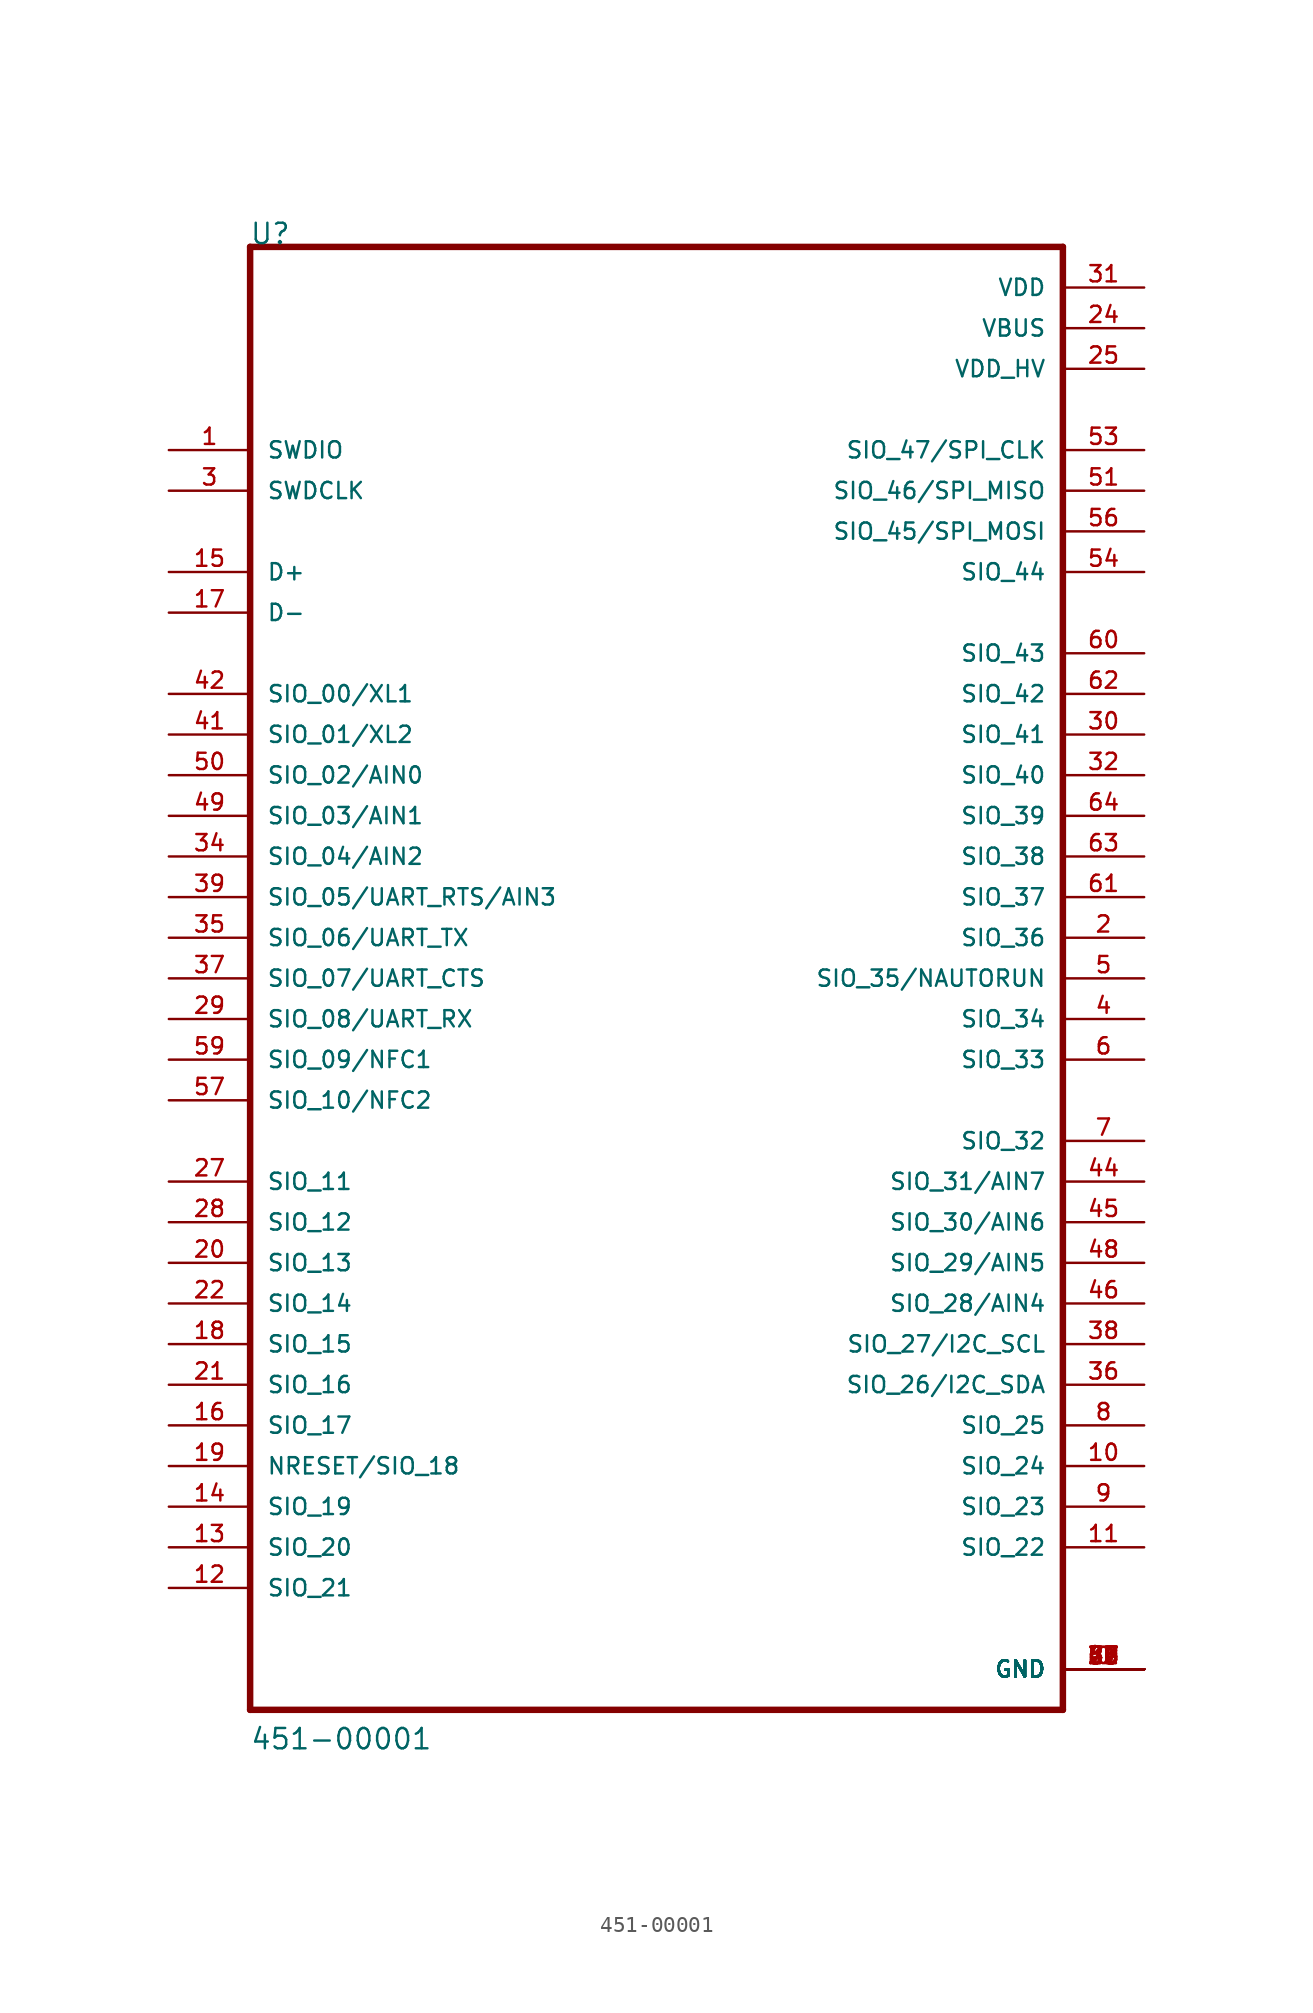
<source format=kicad_sym>
(kicad_symbol_lib
  (version 20220914)
  (generator kicad_symbol_editor)
  (symbol "451-00001"
    (pin_names
      (offset 1.016))
    (property "Reference" "U"
      (at -25.451 45.796 0)
      (effects (font (size 1.27 1.27)) (justify left bottom)))
    (property "Value" "451-00001"
      (at -25.425 -48.285 0)
      (effects (font (size 1.27 1.27)) (justify left bottom)))
    (property "ki_locked" ""
      (at 0 0 0)
      (effects (font (size 1.27 1.27))))
    (symbol "451-00001_0_0"
      (polyline (pts (xy -25.4 -45.72) (xy -25.4 45.72)) (stroke (width 0.406) (type solid)) (fill (type none)))
      (polyline (pts (xy -25.4 45.72) (xy 25.4 45.72)) (stroke (width 0.406) (type solid)) (fill (type none)))
      (polyline (pts (xy 25.4 -45.72) (xy -25.4 -45.72)) (stroke (width 0.406) (type solid)) (fill (type none)))
      (polyline (pts (xy 25.4 45.72) (xy 25.4 -45.72)) (stroke (width 0.406) (type solid)) (fill (type none)))
      (pin power_in line (at 30.48 -43.18 180) (length 5.08) (name "GND" (effects (font (size 1.016 1.016)))) (number "0" (effects (font (size 1.016 1.016)))))
      (pin input line (at -30.48 33.02 0) (length 5.08) (name "SWDIO" (effects (font (size 1.016 1.016)))) (number "1" (effects (font (size 1.016 1.016)))))
      (pin bidirectional line (at 30.48 -30.48 180) (length 5.08) (name "SIO_24" (effects (font (size 1.016 1.016)))) (number "10" (effects (font (size 1.016 1.016)))))
      (pin bidirectional line (at 30.48 -35.56 180) (length 5.08) (name "SIO_22" (effects (font (size 1.016 1.016)))) (number "11" (effects (font (size 1.016 1.016)))))
      (pin bidirectional line (at -30.48 -38.1 0) (length 5.08) (name "SIO_21" (effects (font (size 1.016 1.016)))) (number "12" (effects (font (size 1.016 1.016)))))
      (pin bidirectional line (at -30.48 -35.56 0) (length 5.08) (name "SIO_20" (effects (font (size 1.016 1.016)))) (number "13" (effects (font (size 1.016 1.016)))))
      (pin bidirectional line (at -30.48 -33.02 0) (length 5.08) (name "SIO_19" (effects (font (size 1.016 1.016)))) (number "14" (effects (font (size 1.016 1.016)))))
      (pin bidirectional line (at -30.48 25.4 0) (length 5.08) (name "D+" (effects (font (size 1.016 1.016)))) (number "15" (effects (font (size 1.016 1.016)))))
      (pin bidirectional line (at -30.48 -27.94 0) (length 5.08) (name "SIO_17" (effects (font (size 1.016 1.016)))) (number "16" (effects (font (size 1.016 1.016)))))
      (pin bidirectional line (at -30.48 22.86 0) (length 5.08) (name "D-" (effects (font (size 1.016 1.016)))) (number "17" (effects (font (size 1.016 1.016)))))
      (pin bidirectional line (at -30.48 -22.86 0) (length 5.08) (name "SIO_15" (effects (font (size 1.016 1.016)))) (number "18" (effects (font (size 1.016 1.016)))))
      (pin bidirectional line (at -30.48 -30.48 0) (length 5.08) (name "NRESET/SIO_18" (effects (font (size 1.016 1.016)))) (number "19" (effects (font (size 1.016 1.016)))))
      (pin bidirectional line (at 30.48 2.54 180) (length 5.08) (name "SIO_36" (effects (font (size 1.016 1.016)))) (number "2" (effects (font (size 1.016 1.016)))))
      (pin bidirectional line (at -30.48 -17.78 0) (length 5.08) (name "SIO_13" (effects (font (size 1.016 1.016)))) (number "20" (effects (font (size 1.016 1.016)))))
      (pin bidirectional line (at -30.48 -25.4 0) (length 5.08) (name "SIO_16" (effects (font (size 1.016 1.016)))) (number "21" (effects (font (size 1.016 1.016)))))
      (pin bidirectional line (at -30.48 -20.32 0) (length 5.08) (name "SIO_14" (effects (font (size 1.016 1.016)))) (number "22" (effects (font (size 1.016 1.016)))))
      (pin power_in line (at 30.48 -43.18 180) (length 5.08) (name "GND" (effects (font (size 1.016 1.016)))) (number "23" (effects (font (size 1.016 1.016)))))
      (pin power_in line (at 30.48 40.64 180) (length 5.08) (name "VBUS" (effects (font (size 1.016 1.016)))) (number "24" (effects (font (size 1.016 1.016)))))
      (pin power_in line (at 30.48 38.1 180) (length 5.08) (name "VDD_HV" (effects (font (size 1.016 1.016)))) (number "25" (effects (font (size 1.016 1.016)))))
      (pin power_in line (at 30.48 -43.18 180) (length 5.08) (name "GND" (effects (font (size 1.016 1.016)))) (number "26" (effects (font (size 1.016 1.016)))))
      (pin bidirectional line (at -30.48 -12.7 0) (length 5.08) (name "SIO_11" (effects (font (size 1.016 1.016)))) (number "27" (effects (font (size 1.016 1.016)))))
      (pin bidirectional line (at -30.48 -15.24 0) (length 5.08) (name "SIO_12" (effects (font (size 1.016 1.016)))) (number "28" (effects (font (size 1.016 1.016)))))
      (pin bidirectional line (at -30.48 -2.54 0) (length 5.08) (name "SIO_08/UART_RX" (effects (font (size 1.016 1.016)))) (number "29" (effects (font (size 1.016 1.016)))))
      (pin bidirectional line (at -30.48 30.48 0) (length 5.08) (name "SWDCLK" (effects (font (size 1.016 1.016)))) (number "3" (effects (font (size 1.016 1.016)))))
      (pin bidirectional line (at 30.48 15.24 180) (length 5.08) (name "SIO_41" (effects (font (size 1.016 1.016)))) (number "30" (effects (font (size 1.016 1.016)))))
      (pin power_in line (at 30.48 43.18 180) (length 5.08) (name "VDD" (effects (font (size 1.016 1.016)))) (number "31" (effects (font (size 1.016 1.016)))))
      (pin bidirectional line (at 30.48 12.7 180) (length 5.08) (name "SIO_40" (effects (font (size 1.016 1.016)))) (number "32" (effects (font (size 1.016 1.016)))))
      (pin power_in line (at 30.48 -43.18 180) (length 5.08) (name "GND" (effects (font (size 1.016 1.016)))) (number "33" (effects (font (size 1.016 1.016)))))
      (pin bidirectional line (at -30.48 7.62 0) (length 5.08) (name "SIO_04/AIN2" (effects (font (size 1.016 1.016)))) (number "34" (effects (font (size 1.016 1.016)))))
      (pin bidirectional line (at -30.48 2.54 0) (length 5.08) (name "SIO_06/UART_TX" (effects (font (size 1.016 1.016)))) (number "35" (effects (font (size 1.016 1.016)))))
      (pin bidirectional line (at 30.48 -25.4 180) (length 5.08) (name "SIO_26/I2C_SDA" (effects (font (size 1.016 1.016)))) (number "36" (effects (font (size 1.016 1.016)))))
      (pin bidirectional line (at -30.48 0 0) (length 5.08) (name "SIO_07/UART_CTS" (effects (font (size 1.016 1.016)))) (number "37" (effects (font (size 1.016 1.016)))))
      (pin bidirectional line (at 30.48 -22.86 180) (length 5.08) (name "SIO_27/I2C_SCL" (effects (font (size 1.016 1.016)))) (number "38" (effects (font (size 1.016 1.016)))))
      (pin bidirectional line (at -30.48 5.08 0) (length 5.08) (name "SIO_05/UART_RTS/AIN3" (effects (font (size 1.016 1.016)))) (number "39" (effects (font (size 1.016 1.016)))))
      (pin bidirectional line (at 30.48 -2.54 180) (length 5.08) (name "SIO_34" (effects (font (size 1.016 1.016)))) (number "4" (effects (font (size 1.016 1.016)))))
      (pin power_in line (at 30.48 -43.18 180) (length 5.08) (name "GND" (effects (font (size 1.016 1.016)))) (number "40" (effects (font (size 1.016 1.016)))))
      (pin bidirectional line (at -30.48 15.24 0) (length 5.08) (name "SIO_01/XL2" (effects (font (size 1.016 1.016)))) (number "41" (effects (font (size 1.016 1.016)))))
      (pin bidirectional line (at -30.48 17.78 0) (length 5.08) (name "SIO_00/XL1" (effects (font (size 1.016 1.016)))) (number "42" (effects (font (size 1.016 1.016)))))
      (pin power_in line (at 30.48 -43.18 180) (length 5.08) (name "GND" (effects (font (size 1.016 1.016)))) (number "43" (effects (font (size 1.016 1.016)))))
      (pin bidirectional line (at 30.48 -12.7 180) (length 5.08) (name "SIO_31/AIN7" (effects (font (size 1.016 1.016)))) (number "44" (effects (font (size 1.016 1.016)))))
      (pin bidirectional line (at 30.48 -15.24 180) (length 5.08) (name "SIO_30/AIN6" (effects (font (size 1.016 1.016)))) (number "45" (effects (font (size 1.016 1.016)))))
      (pin bidirectional line (at 30.48 -20.32 180) (length 5.08) (name "SIO_28/AIN4" (effects (font (size 1.016 1.016)))) (number "46" (effects (font (size 1.016 1.016)))))
      (pin power_in line (at 30.48 -43.18 180) (length 5.08) (name "GND" (effects (font (size 1.016 1.016)))) (number "47" (effects (font (size 1.016 1.016)))))
      (pin bidirectional line (at 30.48 -17.78 180) (length 5.08) (name "SIO_29/AIN5" (effects (font (size 1.016 1.016)))) (number "48" (effects (font (size 1.016 1.016)))))
      (pin bidirectional line (at -30.48 10.16 0) (length 5.08) (name "SIO_03/AIN1" (effects (font (size 1.016 1.016)))) (number "49" (effects (font (size 1.016 1.016)))))
      (pin bidirectional line (at 30.48 0 180) (length 5.08) (name "SIO_35/NAUTORUN" (effects (font (size 1.016 1.016)))) (number "5" (effects (font (size 1.016 1.016)))))
      (pin bidirectional line (at -30.48 12.7 0) (length 5.08) (name "SIO_02/AIN0" (effects (font (size 1.016 1.016)))) (number "50" (effects (font (size 1.016 1.016)))))
      (pin bidirectional line (at 30.48 30.48 180) (length 5.08) (name "SIO_46/SPI_MISO" (effects (font (size 1.016 1.016)))) (number "51" (effects (font (size 1.016 1.016)))))
      (pin power_in line (at 30.48 -43.18 180) (length 5.08) (name "GND" (effects (font (size 1.016 1.016)))) (number "52" (effects (font (size 1.016 1.016)))))
      (pin bidirectional line (at 30.48 33.02 180) (length 5.08) (name "SIO_47/SPI_CLK" (effects (font (size 1.016 1.016)))) (number "53" (effects (font (size 1.016 1.016)))))
      (pin bidirectional line (at 30.48 25.4 180) (length 5.08) (name "SIO_44" (effects (font (size 1.016 1.016)))) (number "54" (effects (font (size 1.016 1.016)))))
      (pin power_in line (at 30.48 -43.18 180) (length 5.08) (name "GND" (effects (font (size 1.016 1.016)))) (number "55" (effects (font (size 1.016 1.016)))))
      (pin bidirectional line (at 30.48 27.94 180) (length 5.08) (name "SIO_45/SPI_MOSI" (effects (font (size 1.016 1.016)))) (number "56" (effects (font (size 1.016 1.016)))))
      (pin bidirectional line (at -30.48 -7.62 0) (length 5.08) (name "SIO_10/NFC2" (effects (font (size 1.016 1.016)))) (number "57" (effects (font (size 1.016 1.016)))))
      (pin power_in line (at 30.48 -43.18 180) (length 5.08) (name "GND" (effects (font (size 1.016 1.016)))) (number "58" (effects (font (size 1.016 1.016)))))
      (pin bidirectional line (at -30.48 -5.08 0) (length 5.08) (name "SIO_09/NFC1" (effects (font (size 1.016 1.016)))) (number "59" (effects (font (size 1.016 1.016)))))
      (pin bidirectional line (at 30.48 -5.08 180) (length 5.08) (name "SIO_33" (effects (font (size 1.016 1.016)))) (number "6" (effects (font (size 1.016 1.016)))))
      (pin bidirectional line (at 30.48 20.32 180) (length 5.08) (name "SIO_43" (effects (font (size 1.016 1.016)))) (number "60" (effects (font (size 1.016 1.016)))))
      (pin bidirectional line (at 30.48 5.08 180) (length 5.08) (name "SIO_37" (effects (font (size 1.016 1.016)))) (number "61" (effects (font (size 1.016 1.016)))))
      (pin bidirectional line (at 30.48 17.78 180) (length 5.08) (name "SIO_42" (effects (font (size 1.016 1.016)))) (number "62" (effects (font (size 1.016 1.016)))))
      (pin bidirectional line (at 30.48 7.62 180) (length 5.08) (name "SIO_38" (effects (font (size 1.016 1.016)))) (number "63" (effects (font (size 1.016 1.016)))))
      (pin bidirectional line (at 30.48 10.16 180) (length 5.08) (name "SIO_39" (effects (font (size 1.016 1.016)))) (number "64" (effects (font (size 1.016 1.016)))))
      (pin power_in line (at 30.48 -43.18 180) (length 5.08) (name "GND" (effects (font (size 1.016 1.016)))) (number "65" (effects (font (size 1.016 1.016)))))
      (pin power_in line (at 30.48 -43.18 180) (length 5.08) (name "GND" (effects (font (size 1.016 1.016)))) (number "66" (effects (font (size 1.016 1.016)))))
      (pin power_in line (at 30.48 -43.18 180) (length 5.08) (name "GND" (effects (font (size 1.016 1.016)))) (number "67" (effects (font (size 1.016 1.016)))))
      (pin power_in line (at 30.48 -43.18 180) (length 5.08) (name "GND" (effects (font (size 1.016 1.016)))) (number "68" (effects (font (size 1.016 1.016)))))
      (pin power_in line (at 30.48 -43.18 180) (length 5.08) (name "GND" (effects (font (size 1.016 1.016)))) (number "69" (effects (font (size 1.016 1.016)))))
      (pin bidirectional line (at 30.48 -10.16 180) (length 5.08) (name "SIO_32" (effects (font (size 1.016 1.016)))) (number "7" (effects (font (size 1.016 1.016)))))
      (pin power_in line (at 30.48 -43.18 180) (length 5.08) (name "GND" (effects (font (size 1.016 1.016)))) (number "70" (effects (font (size 1.016 1.016)))))
      (pin power_in line (at 30.48 -43.18 180) (length 5.08) (name "GND" (effects (font (size 1.016 1.016)))) (number "71" (effects (font (size 1.016 1.016)))))
      (pin bidirectional line (at 30.48 -27.94 180) (length 5.08) (name "SIO_25" (effects (font (size 1.016 1.016)))) (number "8" (effects (font (size 1.016 1.016)))))
      (pin bidirectional line (at 30.48 -33.02 180) (length 5.08) (name "SIO_23" (effects (font (size 1.016 1.016)))) (number "9" (effects (font (size 1.016 1.016))))))))
</source>
